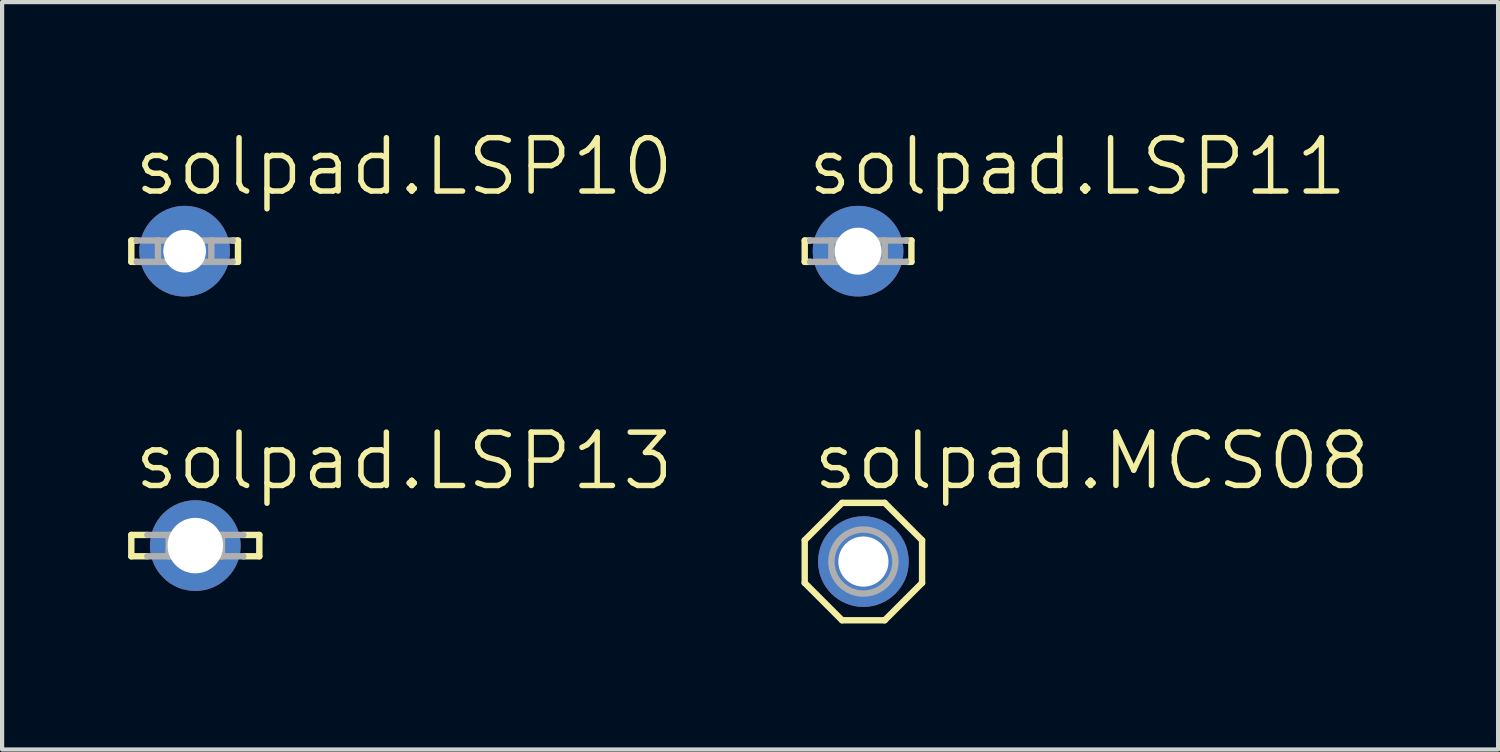
<source format=kicad_pcb>
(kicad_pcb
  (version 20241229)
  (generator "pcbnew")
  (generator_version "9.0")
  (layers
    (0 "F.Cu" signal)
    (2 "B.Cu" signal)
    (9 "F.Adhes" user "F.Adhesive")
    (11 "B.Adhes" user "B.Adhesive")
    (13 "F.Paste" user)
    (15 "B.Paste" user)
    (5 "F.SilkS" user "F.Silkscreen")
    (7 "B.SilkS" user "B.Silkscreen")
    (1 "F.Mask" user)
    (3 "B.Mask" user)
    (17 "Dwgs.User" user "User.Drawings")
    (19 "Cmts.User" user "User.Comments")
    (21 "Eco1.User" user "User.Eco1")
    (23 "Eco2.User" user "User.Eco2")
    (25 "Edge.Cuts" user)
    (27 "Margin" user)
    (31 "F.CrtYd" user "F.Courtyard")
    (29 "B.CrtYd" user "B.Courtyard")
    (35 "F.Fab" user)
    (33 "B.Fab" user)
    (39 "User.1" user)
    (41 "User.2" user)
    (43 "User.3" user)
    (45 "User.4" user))
  (footprint "solpad.LSP10"
    (layer "F.Cu")
    (at 1.346 2.93)
    (property "Reference" "solpad.LSP10" (at -1.27 -1.27 0) (layer "F.SilkS") (effects (font (size 1.27 1.27) (thickness 0.13)) (justify left bottom)))
    (attr through_hole)
    (fp_line (start -1.27 -0.254) (end -1.27 0.254) (stroke (width 0.152) (type default)) (layer "F.SilkS"))
    (fp_line (start -1.27 -0.254) (end -1.143 -0.254) (stroke (width 0.152) (type default)) (layer "F.SilkS"))
    (fp_line (start -1.27 0.254) (end -1.143 0.254) (stroke (width 0.152) (type default)) (layer "F.SilkS"))
    (fp_line (start 1.27 -0.254) (end 1.143 -0.254) (stroke (width 0.152) (type default)) (layer "F.SilkS"))
    (fp_line (start 1.27 -0.254) (end 1.27 0.254) (stroke (width 0.152) (type default)) (layer "F.SilkS"))
    (fp_line (start 1.27 0.254) (end 1.143 0.254) (stroke (width 0.152) (type default)) (layer "F.SilkS"))
    (fp_line (start -1.143 0.254) (end -0.635 0.254) (stroke (width 0.152) (type default)) (layer "F.Fab"))
    (fp_line (start -0.635 -0.254) (end -1.143 -0.254) (stroke (width 0.152) (type default)) (layer "F.Fab"))
    (fp_line (start -0.635 -0.254) (end -0.635 0.254) (stroke (width 0.152) (type default)) (layer "F.Fab"))
    (fp_line (start -0.635 0.254) (end 0.635 0.254) (stroke (width 0.152) (type default)) (layer "F.Fab"))
    (fp_line (start 0.635 -0.254) (end -0.635 -0.254) (stroke (width 0.152) (type default)) (layer "F.Fab"))
    (fp_line (start 0.635 -0.254) (end 0.635 0.254) (stroke (width 0.152) (type default)) (layer "F.Fab"))
    (fp_line (start 0.635 0.254) (end 1.143 0.254) (stroke (width 0.152) (type default)) (layer "F.Fab"))
    (fp_line (start 1.143 -0.254) (end 0.635 -0.254) (stroke (width 0.152) (type default)) (layer "F.Fab"))
    (pad "MP" thru_hole circle (at 0 0) (size 2.159 2.159) (drill 1.016) (layers "*.Cu" "*.Mask")))
  (footprint "solpad.LSP13"
    (layer "F.Cu")
    (at 1.6 9.94)
    (property "Reference" "solpad.LSP13" (at -1.524 -1.27 0) (layer "F.SilkS") (effects (font (size 1.27 1.27) (thickness 0.13)) (justify left bottom)))
    (attr through_hole)
    (fp_line (start -1.524 -0.254) (end -1.524 0.254) (stroke (width 0.152) (type default)) (layer "F.SilkS"))
    (fp_line (start -1.524 -0.254) (end -1.143 -0.254) (stroke (width 0.152) (type default)) (layer "F.SilkS"))
    (fp_line (start -1.524 0.254) (end -1.143 0.254) (stroke (width 0.152) (type default)) (layer "F.SilkS"))
    (fp_line (start 1.524 -0.254) (end 1.143 -0.254) (stroke (width 0.152) (type default)) (layer "F.SilkS"))
    (fp_line (start 1.524 -0.254) (end 1.524 0.254) (stroke (width 0.152) (type default)) (layer "F.SilkS"))
    (fp_line (start 1.524 0.254) (end 1.143 0.254) (stroke (width 0.152) (type default)) (layer "F.SilkS"))
    (fp_line (start -1.143 0.254) (end -0.635 0.254) (stroke (width 0.152) (type default)) (layer "F.Fab"))
    (fp_line (start -0.635 -0.254) (end -1.143 -0.254) (stroke (width 0.152) (type default)) (layer "F.Fab"))
    (fp_line (start -0.635 -0.254) (end -0.635 0.254) (stroke (width 0.152) (type default)) (layer "F.Fab"))
    (fp_line (start -0.635 0.254) (end 0.635 0.254) (stroke (width 0.152) (type default)) (layer "F.Fab"))
    (fp_line (start 0.635 -0.254) (end -0.635 -0.254) (stroke (width 0.152) (type default)) (layer "F.Fab"))
    (fp_line (start 0.635 -0.254) (end 0.635 0.254) (stroke (width 0.152) (type default)) (layer "F.Fab"))
    (fp_line (start 0.635 0.254) (end 1.143 0.254) (stroke (width 0.152) (type default)) (layer "F.Fab"))
    (fp_line (start 1.143 -0.254) (end 0.635 -0.254) (stroke (width 0.152) (type default)) (layer "F.Fab"))
    (pad "MP" thru_hole circle (at 0 0) (size 2.159 2.159) (drill 1.321) (layers "*.Cu" "*.Mask")))
  (footprint "solpad.MCS08"
    (layer "F.Cu")
    (at 17.506 10.32)
    (property "Reference" "solpad.MCS08" (at -1.27 -1.651 0) (layer "F.SilkS") (effects (font (size 1.27 1.27) (thickness 0.13)) (justify left bottom)))
    (attr through_hole)
    (fp_line (start -1.397 -0.508) (end -1.397 0.508) (stroke (width 0.152) (type default)) (layer "F.SilkS"))
    (fp_line (start -1.397 -0.508) (end -0.508 -1.397) (stroke (width 0.152) (type default)) (layer "F.SilkS"))
    (fp_line (start -0.508 -1.397) (end 0.508 -1.397) (stroke (width 0.152) (type default)) (layer "F.SilkS"))
    (fp_line (start -0.508 1.397) (end -1.397 0.508) (stroke (width 0.152) (type default)) (layer "F.SilkS"))
    (fp_line (start 0.508 -1.397) (end 1.397 -0.508) (stroke (width 0.152) (type default)) (layer "F.SilkS"))
    (fp_line (start 0.508 1.397) (end -0.508 1.397) (stroke (width 0.152) (type default)) (layer "F.SilkS"))
    (fp_line (start 0.508 1.397) (end 1.397 0.508) (stroke (width 0.152) (type default)) (layer "F.SilkS"))
    (fp_line (start 1.397 -0.508) (end 1.397 0.508) (stroke (width 0.152) (type default)) (layer "F.SilkS"))
    (fp_circle (center 0 0) (end 0.381 0) (stroke (width 0.254) (type default)) (fill no) (layer "F.Fab"))
    (fp_circle (center 0 0) (end 0.762 0) (stroke (width 0.152) (type default)) (fill no) (layer "F.Fab"))
    (pad "MP" thru_hole circle (at 0 0) (size 2.159 2.159) (drill 1.194) (layers "*.Cu" "*.Mask")))
  (footprint "solpad.LSP11"
    (layer "F.Cu")
    (at 17.379 2.93)
    (property "Reference" "solpad.LSP11" (at -1.27 -1.27 0) (layer "F.SilkS") (effects (font (size 1.27 1.27) (thickness 0.13)) (justify left bottom)))
    (attr through_hole)
    (fp_line (start -1.27 -0.254) (end -1.27 0.254) (stroke (width 0.152) (type default)) (layer "F.SilkS"))
    (fp_line (start -1.27 -0.254) (end -1.143 -0.254) (stroke (width 0.152) (type default)) (layer "F.SilkS"))
    (fp_line (start -1.27 0.254) (end -1.143 0.254) (stroke (width 0.152) (type default)) (layer "F.SilkS"))
    (fp_line (start 1.27 -0.254) (end 1.143 -0.254) (stroke (width 0.152) (type default)) (layer "F.SilkS"))
    (fp_line (start 1.27 -0.254) (end 1.27 0.254) (stroke (width 0.152) (type default)) (layer "F.SilkS"))
    (fp_line (start 1.27 0.254) (end 1.143 0.254) (stroke (width 0.152) (type default)) (layer "F.SilkS"))
    (fp_line (start -1.143 0.254) (end -0.635 0.254) (stroke (width 0.152) (type default)) (layer "F.Fab"))
    (fp_line (start -0.635 -0.254) (end -1.143 -0.254) (stroke (width 0.152) (type default)) (layer "F.Fab"))
    (fp_line (start -0.635 -0.254) (end -0.635 0.254) (stroke (width 0.152) (type default)) (layer "F.Fab"))
    (fp_line (start -0.635 0.254) (end 0.635 0.254) (stroke (width 0.152) (type default)) (layer "F.Fab"))
    (fp_line (start 0.635 -0.254) (end -0.635 -0.254) (stroke (width 0.152) (type default)) (layer "F.Fab"))
    (fp_line (start 0.635 -0.254) (end 0.635 0.254) (stroke (width 0.152) (type default)) (layer "F.Fab"))
    (fp_line (start 0.635 0.254) (end 1.143 0.254) (stroke (width 0.152) (type default)) (layer "F.Fab"))
    (fp_line (start 1.143 -0.254) (end 0.635 -0.254) (stroke (width 0.152) (type default)) (layer "F.Fab"))
    (pad "MP" thru_hole circle (at 0 0) (size 2.159 2.159) (drill 1.118) (layers "*.Cu" "*.Mask")))
  (gr_rect
    (start -3 -3)
    (end 32.617 14.794)
    (stroke (width 0.1) (type default))
    (fill no)
    (layer "Edge.Cuts")))
</source>
